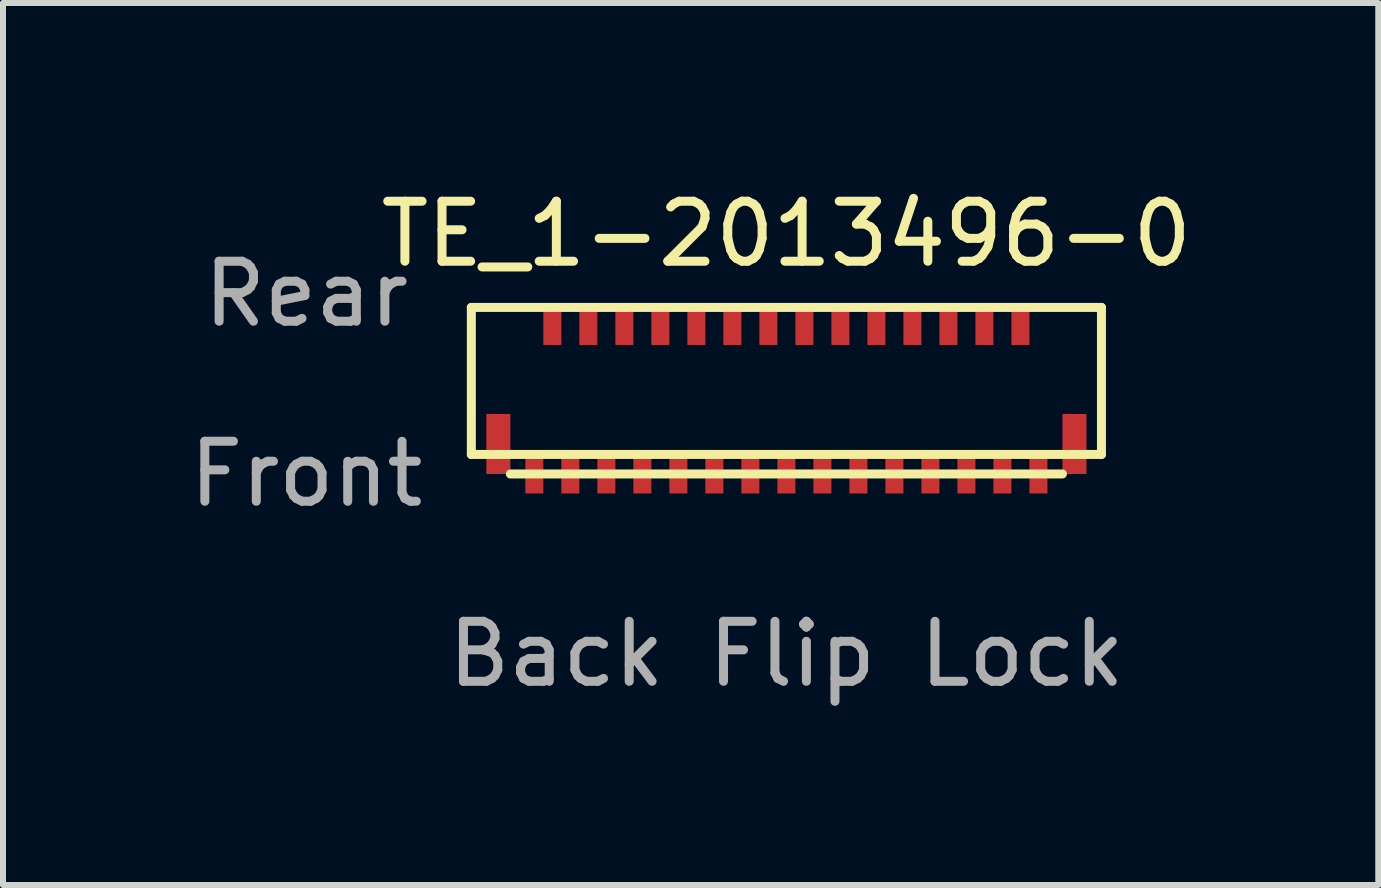
<source format=kicad_pcb>
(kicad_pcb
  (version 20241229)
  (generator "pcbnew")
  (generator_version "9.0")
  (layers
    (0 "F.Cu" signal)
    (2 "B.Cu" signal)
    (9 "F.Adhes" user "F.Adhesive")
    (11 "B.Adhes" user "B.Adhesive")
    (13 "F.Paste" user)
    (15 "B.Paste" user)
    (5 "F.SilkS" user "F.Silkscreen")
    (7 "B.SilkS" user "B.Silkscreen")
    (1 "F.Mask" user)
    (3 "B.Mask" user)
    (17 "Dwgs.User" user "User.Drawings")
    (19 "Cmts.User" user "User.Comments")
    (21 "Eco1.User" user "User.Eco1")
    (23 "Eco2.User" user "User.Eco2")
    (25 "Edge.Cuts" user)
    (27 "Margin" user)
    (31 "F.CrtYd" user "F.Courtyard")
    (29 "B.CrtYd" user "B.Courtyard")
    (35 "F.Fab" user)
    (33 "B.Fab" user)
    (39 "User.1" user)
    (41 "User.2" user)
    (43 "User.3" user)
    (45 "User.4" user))
  (footprint "TE_1-2013496-0"
    (layer "F.Cu")
    (at 10.054 4.848)
    (property "Reference" "TE_1-2013496-0" (at 0 -4 0) (layer "F.SilkS") (effects (font (size 1 1) (thickness 0.15))))
    (attr through_hole)
    (fp_line (start -5.25 -2.775) (end -5.25 -0.325) (stroke (width 0.15) (type solid)) (layer "F.SilkS"))
    (fp_line (start -4.6 0) (end 4.6 0) (stroke (width 0.15) (type solid)) (layer "F.SilkS"))
    (fp_line (start 5.25 -2.775) (end -5.25 -2.775) (stroke (width 0.15) (type solid)) (layer "F.SilkS"))
    (fp_line (start 5.25 -2.775) (end 5.25 -0.325) (stroke (width 0.15) (type solid)) (layer "F.SilkS"))
    (fp_line (start 5.25 -0.325) (end -5.25 -0.325) (stroke (width 0.15) (type solid)) (layer "F.SilkS"))
    (fp_text user "Back Flip Lock" (at 0 3 0) (layer "F.Fab") (effects (font (size 1 1) (thickness 0.15))))
    (fp_text user "Rear" (at -8 -3 0) (layer "F.Fab") (effects (font (size 1 1) (thickness 0.15))))
    (fp_text user "Front" (at -8 0 0) (layer "F.Fab") (effects (font (size 1 1) (thickness 0.15))))
    (pad "1" smd rect (at -4.2 0) (size 0.3 0.65) (layers "F.Cu" "F.Mask" "F.Paste"))
    (pad "2" smd rect (at -3.9 -2.45) (size 0.3 0.6) (layers "F.Cu" "F.Mask" "F.Paste"))
    (pad "3" smd rect (at -3.6 0) (size 0.3 0.65) (layers "F.Cu" "F.Mask" "F.Paste"))
    (pad "4" smd rect (at -3.3 -2.45) (size 0.3 0.6) (layers "F.Cu" "F.Mask" "F.Paste"))
    (pad "5" smd rect (at -3 0) (size 0.3 0.65) (layers "F.Cu" "F.Mask" "F.Paste"))
    (pad "6" smd rect (at -2.7 -2.45) (size 0.3 0.6) (layers "F.Cu" "F.Mask" "F.Paste"))
    (pad "7" smd rect (at -2.4 0) (size 0.3 0.65) (layers "F.Cu" "F.Mask" "F.Paste"))
    (pad "8" smd rect (at -2.1 -2.45) (size 0.3 0.6) (layers "F.Cu" "F.Mask" "F.Paste"))
    (pad "9" smd rect (at -1.8 0) (size 0.3 0.65) (layers "F.Cu" "F.Mask" "F.Paste"))
    (pad "10" smd rect (at -1.5 -2.45) (size 0.3 0.6) (layers "F.Cu" "F.Mask" "F.Paste"))
    (pad "11" smd rect (at -1.2 0) (size 0.3 0.65) (layers "F.Cu" "F.Mask" "F.Paste"))
    (pad "12" smd rect (at -0.9 -2.45) (size 0.3 0.6) (layers "F.Cu" "F.Mask" "F.Paste"))
    (pad "13" smd rect (at -0.6 0) (size 0.3 0.65) (layers "F.Cu" "F.Mask" "F.Paste"))
    (pad "14" smd rect (at -0.3 -2.45) (size 0.3 0.6) (layers "F.Cu" "F.Mask" "F.Paste"))
    (pad "15" smd rect (at 0 0) (size 0.3 0.65) (layers "F.Cu" "F.Mask" "F.Paste"))
    (pad "16" smd rect (at 0.3 -2.45) (size 0.3 0.6) (layers "F.Cu" "F.Mask" "F.Paste"))
    (pad "17" smd rect (at 0.6 0) (size 0.3 0.65) (layers "F.Cu" "F.Mask" "F.Paste"))
    (pad "18" smd rect (at 0.9 -2.45) (size 0.3 0.6) (layers "F.Cu" "F.Mask" "F.Paste"))
    (pad "19" smd rect (at 1.2 0) (size 0.3 0.65) (layers "F.Cu" "F.Mask" "F.Paste"))
    (pad "20" smd rect (at 1.5 -2.45) (size 0.3 0.6) (layers "F.Cu" "F.Mask" "F.Paste"))
    (pad "21" smd rect (at 1.8 0) (size 0.3 0.65) (layers "F.Cu" "F.Mask" "F.Paste"))
    (pad "22" smd rect (at 2.1 -2.45) (size 0.3 0.6) (layers "F.Cu" "F.Mask" "F.Paste"))
    (pad "23" smd rect (at 2.4 0) (size 0.3 0.65) (layers "F.Cu" "F.Mask" "F.Paste"))
    (pad "24" smd rect (at 2.7 -2.45) (size 0.3 0.6) (layers "F.Cu" "F.Mask" "F.Paste"))
    (pad "25" smd rect (at 3 0) (size 0.3 0.65) (layers "F.Cu" "F.Mask" "F.Paste"))
    (pad "26" smd rect (at 3.3 -2.45) (size 0.3 0.6) (layers "F.Cu" "F.Mask" "F.Paste"))
    (pad "27" smd rect (at 3.6 0) (size 0.3 0.65) (layers "F.Cu" "F.Mask" "F.Paste"))
    (pad "28" smd rect (at 3.9 -2.45) (size 0.3 0.6) (layers "F.Cu" "F.Mask" "F.Paste"))
    (pad "29" smd rect (at 4.2 0) (size 0.3 0.65) (layers "F.Cu" "F.Mask" "F.Paste"))
    (pad "MP" smd rect (at -4.8 -0.5) (size 0.4 1) (layers "F.Cu" "F.Mask" "F.Paste"))
    (pad "MP" smd rect (at 4.8 -0.5) (size 0.4 1) (layers "F.Cu" "F.Mask" "F.Paste")))
  (gr_rect
    (start -3 -3)
    (end 19.917 11.697)
    (stroke (width 0.1) (type default))
    (fill no)
    (layer "Edge.Cuts")))
</source>
